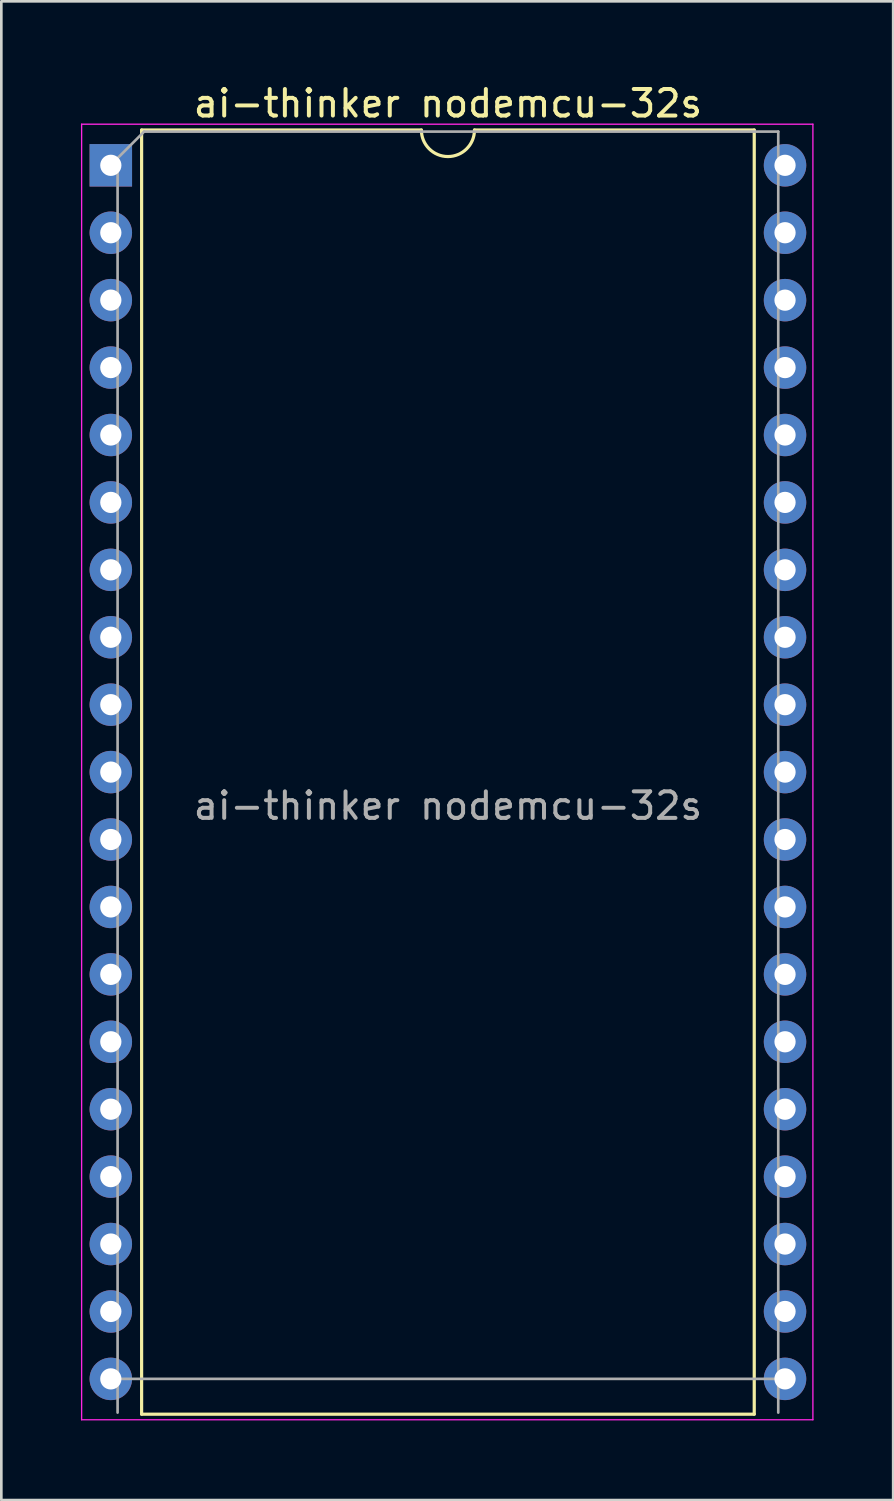
<source format=kicad_pcb>
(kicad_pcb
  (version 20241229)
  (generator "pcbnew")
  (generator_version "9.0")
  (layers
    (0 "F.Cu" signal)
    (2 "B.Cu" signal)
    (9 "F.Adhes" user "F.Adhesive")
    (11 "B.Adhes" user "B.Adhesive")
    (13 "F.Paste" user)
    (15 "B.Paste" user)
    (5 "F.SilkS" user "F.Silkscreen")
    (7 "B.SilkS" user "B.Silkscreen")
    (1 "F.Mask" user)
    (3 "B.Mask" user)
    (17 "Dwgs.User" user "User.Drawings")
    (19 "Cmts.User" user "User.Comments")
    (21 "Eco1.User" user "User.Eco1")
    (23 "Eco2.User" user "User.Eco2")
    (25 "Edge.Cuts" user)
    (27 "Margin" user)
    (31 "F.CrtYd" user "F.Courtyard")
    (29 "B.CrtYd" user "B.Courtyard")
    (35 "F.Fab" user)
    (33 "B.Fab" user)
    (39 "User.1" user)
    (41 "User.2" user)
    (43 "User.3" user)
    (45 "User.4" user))
  (footprint "ai-thinker nodemcu-32s"
    (layer "F.Cu")
    (at 1.125 3.178)
    (property "Reference" "ai-thinker nodemcu-32s" (at 12.7 -2.33 0) (layer "F.SilkS") (effects (font (size 1 1) (thickness 0.15))))
    (attr through_hole)
    (fp_line (start 1.16 -1.33) (end 1.16 47.05) (stroke (width 0.12) (type solid)) (layer "F.SilkS"))
    (fp_line (start 1.16 47.05) (end 24.24 47.05) (stroke (width 0.12) (type solid)) (layer "F.SilkS"))
    (fp_line (start 11.7 -1.33) (end 1.16 -1.33) (stroke (width 0.12) (type solid)) (layer "F.SilkS"))
    (fp_line (start 24.24 -1.33) (end 13.7 -1.33) (stroke (width 0.12) (type solid)) (layer "F.SilkS"))
    (fp_line (start 24.24 47.05) (end 24.24 -1.33) (stroke (width 0.12) (type solid)) (layer "F.SilkS"))
    (fp_arc (start 13.7 -1.33) (mid 12.7 -0.33) (end 11.7 -1.33) (stroke (width 0.12) (type solid)) (layer "F.SilkS"))
    (fp_line (start -1.1 -1.55) (end -1.1 47.26) (stroke (width 0.05) (type solid)) (layer "F.CrtYd"))
    (fp_line (start -1.1 47.26) (end 26.45 47.26) (stroke (width 0.05) (type solid)) (layer "F.CrtYd"))
    (fp_line (start 26.45 -1.55) (end -1.1 -1.55) (stroke (width 0.05) (type solid)) (layer "F.CrtYd"))
    (fp_line (start 26.45 47.26) (end 26.45 -1.55) (stroke (width 0.05) (type solid)) (layer "F.CrtYd"))
    (fp_line (start 0.255 -0.27) (end 1.255 -1.27) (stroke (width 0.1) (type solid)) (layer "F.Fab"))
    (fp_line (start 0.255 46.99) (end 0.255 -0.27) (stroke (width 0.1) (type solid)) (layer "F.Fab"))
    (fp_line (start 1.255 -1.27) (end 25.145 -1.27) (stroke (width 0.1) (type solid)) (layer "F.Fab"))
    (fp_line (start 25.145 -1.27) (end 25.145 46.99) (stroke (width 0.1) (type solid)) (layer "F.Fab"))
    (fp_line (start 25.145 45.72) (end 0.255 45.72) (stroke (width 0.1) (type solid)) (layer "F.Fab"))
    (fp_text user "${REFERENCE}" (at 12.7 24.13 0) (layer "F.Fab") (effects (font (size 1 1) (thickness 0.15))))
    (pad "1" thru_hole rect (at 0 0) (size 1.6 1.6) (drill 0.8) (layers "*.Cu" "*.Mask"))
    (pad "2" thru_hole oval (at 0 2.54) (size 1.6 1.6) (drill 0.8) (layers "*.Cu" "*.Mask"))
    (pad "3" thru_hole oval (at 0 5.08) (size 1.6 1.6) (drill 0.8) (layers "*.Cu" "*.Mask"))
    (pad "4" thru_hole oval (at 0 7.62) (size 1.6 1.6) (drill 0.8) (layers "*.Cu" "*.Mask"))
    (pad "5" thru_hole oval (at 0 10.16) (size 1.6 1.6) (drill 0.8) (layers "*.Cu" "*.Mask"))
    (pad "6" thru_hole oval (at 0 12.7) (size 1.6 1.6) (drill 0.8) (layers "*.Cu" "*.Mask"))
    (pad "7" thru_hole oval (at 0 15.24) (size 1.6 1.6) (drill 0.8) (layers "*.Cu" "*.Mask"))
    (pad "8" thru_hole oval (at 0 17.78) (size 1.6 1.6) (drill 0.8) (layers "*.Cu" "*.Mask"))
    (pad "9" thru_hole oval (at 0 20.32) (size 1.6 1.6) (drill 0.8) (layers "*.Cu" "*.Mask"))
    (pad "10" thru_hole oval (at 0 22.86) (size 1.6 1.6) (drill 0.8) (layers "*.Cu" "*.Mask"))
    (pad "11" thru_hole oval (at 0 25.4) (size 1.6 1.6) (drill 0.8) (layers "*.Cu" "*.Mask"))
    (pad "12" thru_hole oval (at 0 27.94) (size 1.6 1.6) (drill 0.8) (layers "*.Cu" "*.Mask"))
    (pad "13" thru_hole oval (at 0 30.48) (size 1.6 1.6) (drill 0.8) (layers "*.Cu" "*.Mask"))
    (pad "14" thru_hole oval (at 0 33.02) (size 1.6 1.6) (drill 0.8) (layers "*.Cu" "*.Mask"))
    (pad "15" thru_hole oval (at 0 35.56) (size 1.6 1.6) (drill 0.8) (layers "*.Cu" "*.Mask"))
    (pad "16" thru_hole oval (at 0 38.1) (size 1.6 1.6) (drill 0.8) (layers "*.Cu" "*.Mask"))
    (pad "17" thru_hole oval (at 0 40.64) (size 1.6 1.6) (drill 0.8) (layers "*.Cu" "*.Mask"))
    (pad "18" thru_hole oval (at 0 43.18) (size 1.6 1.6) (drill 0.8) (layers "*.Cu" "*.Mask"))
    (pad "19" thru_hole oval (at 0 45.72) (size 1.6 1.6) (drill 0.8) (layers "*.Cu" "*.Mask"))
    (pad "20" thru_hole oval (at 25.4 45.72) (size 1.6 1.6) (drill 0.8) (layers "*.Cu" "*.Mask"))
    (pad "21" thru_hole oval (at 25.4 43.18) (size 1.6 1.6) (drill 0.8) (layers "*.Cu" "*.Mask"))
    (pad "22" thru_hole oval (at 25.4 40.64) (size 1.6 1.6) (drill 0.8) (layers "*.Cu" "*.Mask"))
    (pad "23" thru_hole oval (at 25.4 38.1) (size 1.6 1.6) (drill 0.8) (layers "*.Cu" "*.Mask"))
    (pad "24" thru_hole oval (at 25.4 35.56) (size 1.6 1.6) (drill 0.8) (layers "*.Cu" "*.Mask"))
    (pad "25" thru_hole oval (at 25.4 33.02) (size 1.6 1.6) (drill 0.8) (layers "*.Cu" "*.Mask"))
    (pad "26" thru_hole oval (at 25.4 30.48) (size 1.6 1.6) (drill 0.8) (layers "*.Cu" "*.Mask"))
    (pad "27" thru_hole oval (at 25.4 27.94) (size 1.6 1.6) (drill 0.8) (layers "*.Cu" "*.Mask"))
    (pad "28" thru_hole oval (at 25.4 25.4) (size 1.6 1.6) (drill 0.8) (layers "*.Cu" "*.Mask"))
    (pad "29" thru_hole oval (at 25.4 22.86) (size 1.6 1.6) (drill 0.8) (layers "*.Cu" "*.Mask"))
    (pad "30" thru_hole oval (at 25.4 20.32) (size 1.6 1.6) (drill 0.8) (layers "*.Cu" "*.Mask"))
    (pad "31" thru_hole oval (at 25.4 17.78) (size 1.6 1.6) (drill 0.8) (layers "*.Cu" "*.Mask"))
    (pad "32" thru_hole oval (at 25.4 15.24) (size 1.6 1.6) (drill 0.8) (layers "*.Cu" "*.Mask"))
    (pad "33" thru_hole oval (at 25.4 12.7) (size 1.6 1.6) (drill 0.8) (layers "*.Cu" "*.Mask"))
    (pad "34" thru_hole oval (at 25.4 10.16) (size 1.6 1.6) (drill 0.8) (layers "*.Cu" "*.Mask"))
    (pad "35" thru_hole oval (at 25.4 7.62) (size 1.6 1.6) (drill 0.8) (layers "*.Cu" "*.Mask"))
    (pad "36" thru_hole oval (at 25.4 5.08) (size 1.6 1.6) (drill 0.8) (layers "*.Cu" "*.Mask"))
    (pad "37" thru_hole oval (at 25.4 2.54) (size 1.6 1.6) (drill 0.8) (layers "*.Cu" "*.Mask"))
    (pad "38" thru_hole oval (at 25.4 0) (size 1.6 1.6) (drill 0.8) (layers "*.Cu" "*.Mask")))
  (gr_rect
    (start -3 -3)
    (end 30.6 53.463)
    (stroke (width 0.1) (type default))
    (fill no)
    (layer "Edge.Cuts")))
</source>
